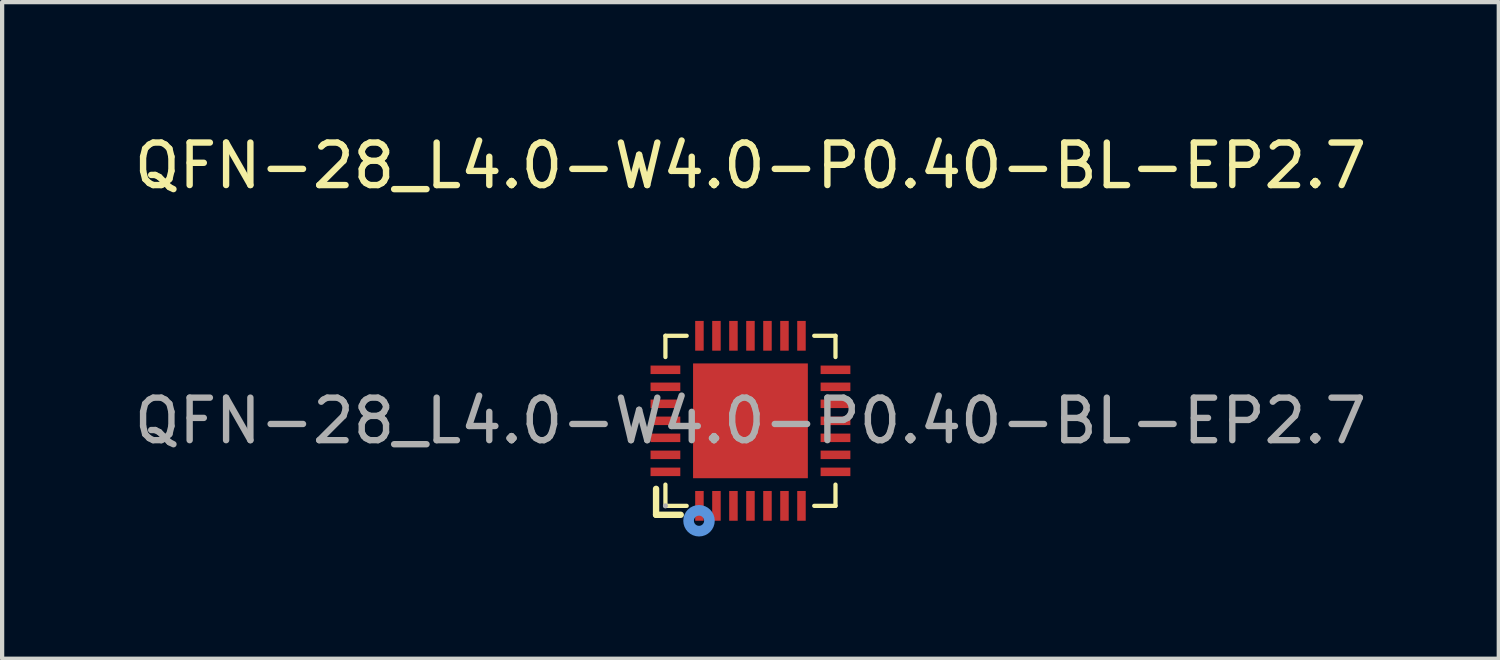
<source format=kicad_pcb>
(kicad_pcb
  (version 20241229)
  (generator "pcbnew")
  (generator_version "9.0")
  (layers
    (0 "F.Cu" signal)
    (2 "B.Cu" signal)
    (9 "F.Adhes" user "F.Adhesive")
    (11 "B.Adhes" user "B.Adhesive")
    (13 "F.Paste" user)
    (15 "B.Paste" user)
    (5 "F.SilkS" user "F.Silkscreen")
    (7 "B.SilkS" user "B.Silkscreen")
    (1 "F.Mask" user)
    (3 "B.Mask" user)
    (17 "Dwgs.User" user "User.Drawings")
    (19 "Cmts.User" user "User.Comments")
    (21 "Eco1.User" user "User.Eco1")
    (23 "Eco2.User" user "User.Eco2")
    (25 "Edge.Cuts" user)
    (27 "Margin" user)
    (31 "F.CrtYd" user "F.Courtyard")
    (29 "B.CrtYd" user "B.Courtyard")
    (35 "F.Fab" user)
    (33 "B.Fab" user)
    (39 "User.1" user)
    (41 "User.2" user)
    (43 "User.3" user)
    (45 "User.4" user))
  (footprint "QFN-28_L4.0-W4.0-P0.40-BL-EP2.7"
    (layer "F.Cu")
    (at 14.601 6.848)
    (property "Reference" "QFN-28_L4.0-W4.0-P0.40-BL-EP2.7" (at 0 -6 0) (layer "F.SilkS") (effects (font (size 1 1) (thickness 0.15))))
    (attr through_hole)
    (fp_line (start -2.22 1.6) (end -2.22 2.21) (stroke (width 0.15) (type solid)) (layer "F.SilkS"))
    (fp_line (start -2.22 2.21) (end -1.64 2.21) (stroke (width 0.15) (type solid)) (layer "F.SilkS"))
    (fp_line (start -2 -2) (end -1.5 -2) (stroke (width 0.1) (type solid)) (layer "F.SilkS"))
    (fp_line (start -2 -1.5) (end -2 -2) (stroke (width 0.1) (type solid)) (layer "F.SilkS"))
    (fp_line (start -2 2) (end -2 1.5) (stroke (width 0.1) (type solid)) (layer "F.SilkS"))
    (fp_line (start -1.5 2) (end -2 2) (stroke (width 0.1) (type solid)) (layer "F.SilkS"))
    (fp_line (start 1.5 -2) (end 2 -2) (stroke (width 0.1) (type solid)) (layer "F.SilkS"))
    (fp_line (start 2 -2) (end 2 -1.5) (stroke (width 0.1) (type solid)) (layer "F.SilkS"))
    (fp_line (start 2 1.5) (end 2 2) (stroke (width 0.1) (type solid)) (layer "F.SilkS"))
    (fp_line (start 2 2) (end 1.5 2) (stroke (width 0.1) (type solid)) (layer "F.SilkS"))
    (fp_circle (center -1.21 2.35) (end -1.09 2.35) (stroke (width 0.25) (type solid)) (fill no) (layer "Cmts.User"))
    (fp_circle (center -2 2) (end -1.97 2) (stroke (width 0.06) (type solid)) (fill no) (layer "F.Fab"))
    (fp_text user "${REFERENCE}" (at 0 0 0) (layer "F.Fab") (effects (font (size 1 1) (thickness 0.15))))
    (pad "1" smd rect (at -1.2 2) (size 0.2 0.7) (layers "F.Cu" "F.Mask" "F.Paste"))
    (pad "2" smd rect (at -0.8 2) (size 0.2 0.7) (layers "F.Cu" "F.Mask" "F.Paste"))
    (pad "3" smd rect (at -0.4 2) (size 0.2 0.7) (layers "F.Cu" "F.Mask" "F.Paste"))
    (pad "4" smd rect (at 0 2) (size 0.2 0.7) (layers "F.Cu" "F.Mask" "F.Paste"))
    (pad "5" smd rect (at 0.4 2) (size 0.2 0.7) (layers "F.Cu" "F.Mask" "F.Paste"))
    (pad "6" smd rect (at 0.8 2) (size 0.2 0.7) (layers "F.Cu" "F.Mask" "F.Paste"))
    (pad "7" smd rect (at 1.2 2) (size 0.2 0.7) (layers "F.Cu" "F.Mask" "F.Paste"))
    (pad "8" smd rect (at 2 1.2) (size 0.7 0.2) (layers "F.Cu" "F.Mask" "F.Paste"))
    (pad "9" smd rect (at 2 0.8) (size 0.7 0.2) (layers "F.Cu" "F.Mask" "F.Paste"))
    (pad "10" smd rect (at 2 0.4) (size 0.7 0.2) (layers "F.Cu" "F.Mask" "F.Paste"))
    (pad "11" smd rect (at 2 0) (size 0.7 0.2) (layers "F.Cu" "F.Mask" "F.Paste"))
    (pad "12" smd rect (at 2 -0.4) (size 0.7 0.2) (layers "F.Cu" "F.Mask" "F.Paste"))
    (pad "13" smd rect (at 2 -0.8) (size 0.7 0.2) (layers "F.Cu" "F.Mask" "F.Paste"))
    (pad "14" smd rect (at 2 -1.2) (size 0.7 0.2) (layers "F.Cu" "F.Mask" "F.Paste"))
    (pad "15" smd rect (at 1.2 -2) (size 0.2 0.7) (layers "F.Cu" "F.Mask" "F.Paste"))
    (pad "16" smd rect (at 0.8 -2) (size 0.2 0.7) (layers "F.Cu" "F.Mask" "F.Paste"))
    (pad "17" smd rect (at 0.4 -2) (size 0.2 0.7) (layers "F.Cu" "F.Mask" "F.Paste"))
    (pad "18" smd rect (at 0 -2) (size 0.2 0.7) (layers "F.Cu" "F.Mask" "F.Paste"))
    (pad "19" smd rect (at -0.4 -2) (size 0.2 0.7) (layers "F.Cu" "F.Mask" "F.Paste"))
    (pad "20" smd rect (at -0.8 -2) (size 0.2 0.7) (layers "F.Cu" "F.Mask" "F.Paste"))
    (pad "21" smd rect (at -1.2 -2) (size 0.2 0.7) (layers "F.Cu" "F.Mask" "F.Paste"))
    (pad "22" smd rect (at -2 -1.2) (size 0.7 0.2) (layers "F.Cu" "F.Mask" "F.Paste"))
    (pad "23" smd rect (at -2 -0.8) (size 0.7 0.2) (layers "F.Cu" "F.Mask" "F.Paste"))
    (pad "24" smd rect (at -2 -0.4) (size 0.7 0.2) (layers "F.Cu" "F.Mask" "F.Paste"))
    (pad "25" smd rect (at -2 0) (size 0.7 0.2) (layers "F.Cu" "F.Mask" "F.Paste"))
    (pad "26" smd rect (at -2 0.4) (size 0.7 0.2) (layers "F.Cu" "F.Mask" "F.Paste"))
    (pad "27" smd rect (at -2 0.8) (size 0.7 0.2) (layers "F.Cu" "F.Mask" "F.Paste"))
    (pad "28" smd rect (at -2 1.2) (size 0.7 0.2) (layers "F.Cu" "F.Mask" "F.Paste"))
    (pad "29" smd rect (at 0 0) (size 2.7 2.7) (layers "F.Cu" "F.Mask" "F.Paste")))
  (gr_rect
    (start -3 -3)
    (end 32.202 12.443)
    (stroke (width 0.1) (type default))
    (fill no)
    (layer "Edge.Cuts")))
</source>
